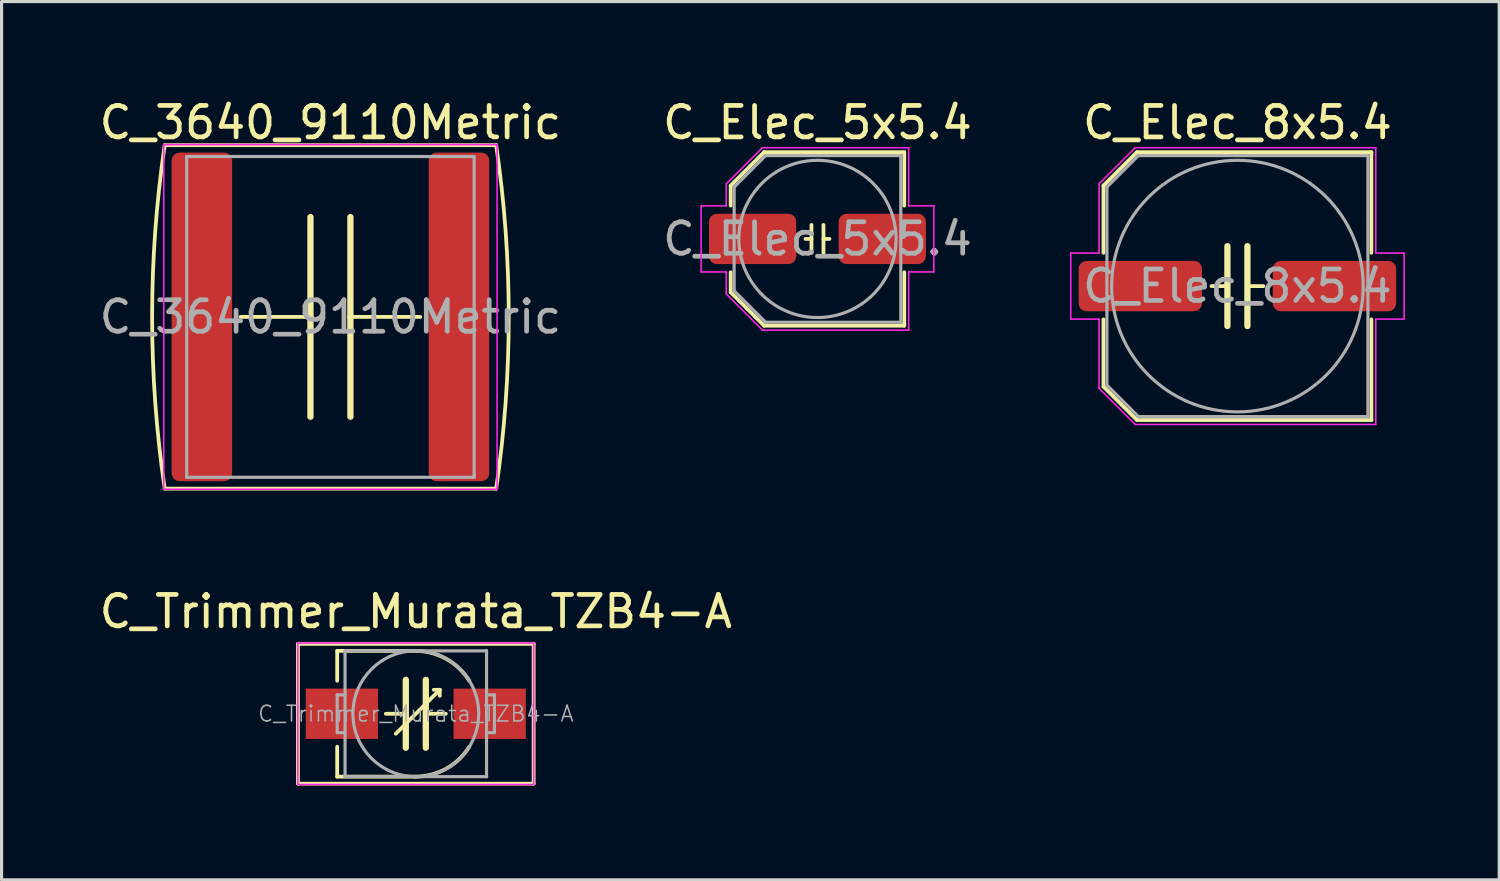
<source format=kicad_pcb>
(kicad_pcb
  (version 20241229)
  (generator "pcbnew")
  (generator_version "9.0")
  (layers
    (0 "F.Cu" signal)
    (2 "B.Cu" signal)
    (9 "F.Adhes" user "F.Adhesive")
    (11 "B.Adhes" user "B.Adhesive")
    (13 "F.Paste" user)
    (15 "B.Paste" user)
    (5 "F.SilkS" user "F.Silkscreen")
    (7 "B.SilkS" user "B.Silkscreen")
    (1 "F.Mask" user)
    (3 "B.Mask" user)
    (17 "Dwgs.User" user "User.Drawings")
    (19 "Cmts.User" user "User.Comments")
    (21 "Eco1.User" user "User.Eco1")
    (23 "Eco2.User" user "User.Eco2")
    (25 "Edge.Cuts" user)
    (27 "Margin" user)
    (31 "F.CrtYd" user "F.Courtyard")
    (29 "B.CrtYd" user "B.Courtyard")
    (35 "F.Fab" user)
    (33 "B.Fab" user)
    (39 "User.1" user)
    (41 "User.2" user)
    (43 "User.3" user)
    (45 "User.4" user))
  (footprint "C_Trimmer_Murata_TZB4-A"
    (layer "F.Cu")
    (at 10.173 19.648)
    (property "Reference" "C_Trimmer_Murata_TZB4-A" (at 0 -3.25 0) (layer "F.SilkS") (effects (font (size 1 1) (thickness 0.15))))
    (attr smd)
    (fp_line (start -3.747 -2.223) (end -3.747 2.223) (stroke (width 0.12) (type solid)) (layer "F.SilkS"))
    (fp_line (start -3.747 2.223) (end 3.747 2.223) (stroke (width 0.12) (type solid)) (layer "F.SilkS"))
    (fp_line (start -2.5 -2) (end -2.5 -1.05) (stroke (width 0.12) (type solid)) (layer "F.SilkS"))
    (fp_line (start -2.5 2) (end -2.5 1.05) (stroke (width 0.12) (type solid)) (layer "F.SilkS"))
    (fp_line (start -0.635 0.635) (end 0.762 -0.762) (stroke (width 0.12) (type solid)) (layer "F.SilkS"))
    (fp_line (start -0.318 -1.079) (end -0.318 1.079) (stroke (width 0.2) (type solid)) (layer "F.SilkS"))
    (fp_line (start -0.318 0) (end -0.953 0) (stroke (width 0.12) (type solid)) (layer "F.SilkS"))
    (fp_line (start 0 -2) (end -2.5 -2) (stroke (width 0.12) (type solid)) (layer "F.SilkS"))
    (fp_line (start 0 2) (end -2.5 2) (stroke (width 0.12) (type solid)) (layer "F.SilkS"))
    (fp_line (start 0.318 -1.079) (end 0.318 1.079) (stroke (width 0.2) (type solid)) (layer "F.SilkS"))
    (fp_line (start 0.762 -0.762) (end 0.572 -0.762) (stroke (width 0.12) (type solid)) (layer "F.SilkS"))
    (fp_line (start 0.762 -0.762) (end 0.762 -0.572) (stroke (width 0.12) (type solid)) (layer "F.SilkS"))
    (fp_line (start 0.953 0) (end 0.318 0) (stroke (width 0.12) (type solid)) (layer "F.SilkS"))
    (fp_line (start 3.747 -2.223) (end -3.747 -2.223) (stroke (width 0.12) (type solid)) (layer "F.SilkS"))
    (fp_line (start 3.747 2.223) (end 3.747 -2.223) (stroke (width 0.12) (type solid)) (layer "F.SilkS"))
    (fp_arc (start 0 -2) (mid 0.972143 -1.743571) (end 1.7 -1.05) (stroke (width 0.12) (type solid)) (layer "F.SilkS"))
    (fp_arc (start 1.7 1.05) (mid 0.972142 1.74357) (end 0 2) (stroke (width 0.12) (type solid)) (layer "F.SilkS"))
    (fp_line (start -3.75 -2.25) (end -3.75 2.25) (stroke (width 0.05) (type solid)) (layer "F.CrtYd"))
    (fp_line (start -3.75 2.25) (end 3.75 2.25) (stroke (width 0.05) (type solid)) (layer "F.CrtYd"))
    (fp_line (start 3.75 -2.25) (end -3.75 -2.25) (stroke (width 0.05) (type solid)) (layer "F.CrtYd"))
    (fp_line (start 3.75 2.25) (end 3.75 -2.25) (stroke (width 0.05) (type solid)) (layer "F.CrtYd"))
    (fp_line (start -2.5 -0.6) (end -2.5 0.6) (stroke (width 0.1) (type solid)) (layer "F.Fab"))
    (fp_line (start -2.5 0.6) (end -2.25 0.6) (stroke (width 0.1) (type solid)) (layer "F.Fab"))
    (fp_line (start -2.25 -2) (end -2.24 -2) (stroke (width 0.1) (type solid)) (layer "F.Fab"))
    (fp_line (start -2.25 -1.99) (end -2.25 -2) (stroke (width 0.1) (type solid)) (layer "F.Fab"))
    (fp_line (start -2.25 -0.6) (end -2.5 -0.6) (stroke (width 0.1) (type solid)) (layer "F.Fab"))
    (fp_line (start -2.25 1.99) (end -2.25 -1.99) (stroke (width 0.1) (type solid)) (layer "F.Fab"))
    (fp_line (start -2.25 2) (end -2.25 1.99) (stroke (width 0.1) (type solid)) (layer "F.Fab"))
    (fp_line (start -2.24 -2) (end 2.24 -2) (stroke (width 0.1) (type solid)) (layer "F.Fab"))
    (fp_line (start -2.24 2) (end -2.25 2) (stroke (width 0.1) (type solid)) (layer "F.Fab"))
    (fp_line (start 2.24 -2) (end 2.25 -2) (stroke (width 0.1) (type solid)) (layer "F.Fab"))
    (fp_line (start 2.24 2) (end -2.24 2) (stroke (width 0.1) (type solid)) (layer "F.Fab"))
    (fp_line (start 2.25 -2) (end 2.25 -1.99) (stroke (width 0.1) (type solid)) (layer "F.Fab"))
    (fp_line (start 2.25 -1.99) (end 2.25 1.99) (stroke (width 0.1) (type solid)) (layer "F.Fab"))
    (fp_line (start 2.25 -0.6) (end 2.5 -0.6) (stroke (width 0.1) (type solid)) (layer "F.Fab"))
    (fp_line (start 2.25 1.99) (end 2.25 2) (stroke (width 0.1) (type solid)) (layer "F.Fab"))
    (fp_line (start 2.25 2) (end 2.24 2) (stroke (width 0.1) (type solid)) (layer "F.Fab"))
    (fp_line (start 2.5 -0.6) (end 2.5 0.6) (stroke (width 0.1) (type solid)) (layer "F.Fab"))
    (fp_line (start 2.5 0.6) (end 2.25 0.6) (stroke (width 0.1) (type solid)) (layer "F.Fab"))
    (fp_circle (center 0 0) (end 2 0) (stroke (width 0.1) (type solid)) (fill no) (layer "F.Fab"))
    (fp_text user "${REFERENCE}" (at 0 0 0) (layer "F.Fab") (effects (font (size 0.5 0.5) (thickness 0.05))))
    (pad "1" smd rect (at -2.35 0) (size 2.3 1.6) (layers "F.Cu" "F.Mask" "F.Paste"))
    (pad "2" smd rect (at 2.35 0) (size 2.3 1.6) (layers "F.Cu" "F.Mask" "F.Paste")))
  (footprint "C_Elec_8x5.4"
    (layer "F.Cu")
    (at 36.301 6.048)
    (property "Reference" "C_Elec_8x5.4" (at 0 -5.2 0) (layer "F.SilkS") (effects (font (size 1 1) (thickness 0.15))))
    (attr smd)
    (fp_line (start -4.26 -3.196) (end -4.26 -1.06) (stroke (width 0.12) (type solid)) (layer "F.SilkS"))
    (fp_line (start -4.26 -3.196) (end -3.196 -4.26) (stroke (width 0.12) (type solid)) (layer "F.SilkS"))
    (fp_line (start -4.26 3.196) (end -4.26 1.06) (stroke (width 0.12) (type solid)) (layer "F.SilkS"))
    (fp_line (start -4.26 3.196) (end -3.196 4.26) (stroke (width 0.12) (type solid)) (layer "F.SilkS"))
    (fp_line (start -3.196 -4.26) (end 4.26 -4.26) (stroke (width 0.12) (type solid)) (layer "F.SilkS"))
    (fp_line (start -3.196 4.26) (end 4.26 4.26) (stroke (width 0.12) (type solid)) (layer "F.SilkS"))
    (fp_line (start -0.318 -1.27) (end -0.318 1.27) (stroke (width 0.2) (type solid)) (layer "F.SilkS"))
    (fp_line (start -0.318 0) (end -0.826 0) (stroke (width 0.12) (type solid)) (layer "F.SilkS"))
    (fp_line (start 0.318 -1.27) (end 0.318 1.27) (stroke (width 0.2) (type solid)) (layer "F.SilkS"))
    (fp_line (start 0.318 0) (end 0.826 0) (stroke (width 0.12) (type solid)) (layer "F.SilkS"))
    (fp_line (start 4.26 -4.26) (end 4.26 -1.06) (stroke (width 0.12) (type solid)) (layer "F.SilkS"))
    (fp_line (start 4.26 4.26) (end 4.26 1.06) (stroke (width 0.12) (type solid)) (layer "F.SilkS"))
    (fp_line (start -5.3 -1.05) (end -5.3 1.05) (stroke (width 0.05) (type solid)) (layer "F.CrtYd"))
    (fp_line (start -5.3 1.05) (end -4.4 1.05) (stroke (width 0.05) (type solid)) (layer "F.CrtYd"))
    (fp_line (start -4.4 -3.25) (end -4.4 -1.05) (stroke (width 0.05) (type solid)) (layer "F.CrtYd"))
    (fp_line (start -4.4 -3.25) (end -3.25 -4.4) (stroke (width 0.05) (type solid)) (layer "F.CrtYd"))
    (fp_line (start -4.4 -1.05) (end -5.3 -1.05) (stroke (width 0.05) (type solid)) (layer "F.CrtYd"))
    (fp_line (start -4.4 1.05) (end -4.4 3.25) (stroke (width 0.05) (type solid)) (layer "F.CrtYd"))
    (fp_line (start -4.4 3.25) (end -3.25 4.4) (stroke (width 0.05) (type solid)) (layer "F.CrtYd"))
    (fp_line (start -3.25 -4.4) (end 4.4 -4.4) (stroke (width 0.05) (type solid)) (layer "F.CrtYd"))
    (fp_line (start -3.25 4.4) (end 4.4 4.4) (stroke (width 0.05) (type solid)) (layer "F.CrtYd"))
    (fp_line (start 4.4 -4.4) (end 4.4 -1.05) (stroke (width 0.05) (type solid)) (layer "F.CrtYd"))
    (fp_line (start 4.4 -1.05) (end 5.3 -1.05) (stroke (width 0.05) (type solid)) (layer "F.CrtYd"))
    (fp_line (start 4.4 1.05) (end 4.4 4.4) (stroke (width 0.05) (type solid)) (layer "F.CrtYd"))
    (fp_line (start 5.3 -1.05) (end 5.3 1.05) (stroke (width 0.05) (type solid)) (layer "F.CrtYd"))
    (fp_line (start 5.3 1.05) (end 4.4 1.05) (stroke (width 0.05) (type solid)) (layer "F.CrtYd"))
    (fp_line (start -4.15 -3.15) (end -4.15 3.15) (stroke (width 0.1) (type solid)) (layer "F.Fab"))
    (fp_line (start -4.15 -3.15) (end -3.15 -4.15) (stroke (width 0.1) (type solid)) (layer "F.Fab"))
    (fp_line (start -4.15 3.15) (end -3.15 4.15) (stroke (width 0.1) (type solid)) (layer "F.Fab"))
    (fp_line (start -3.15 -4.15) (end 4.15 -4.15) (stroke (width 0.1) (type solid)) (layer "F.Fab"))
    (fp_line (start -3.15 4.15) (end 4.15 4.15) (stroke (width 0.1) (type solid)) (layer "F.Fab"))
    (fp_line (start 4.15 -4.15) (end 4.15 4.15) (stroke (width 0.1) (type solid)) (layer "F.Fab"))
    (fp_circle (center 0 0) (end 4 0) (stroke (width 0.1) (type solid)) (fill no) (layer "F.Fab"))
    (fp_text user "${REFERENCE}" (at 0 0 0) (layer "F.Fab") (effects (font (size 1 1) (thickness 0.15))))
    (pad "1" smd roundrect (at -3.087 0) (size 3.925 1.6) (layers "F.Cu" "F.Mask" "F.Paste") (roundrect_rratio 0.156))
    (pad "2" smd roundrect (at 3.087 0) (size 3.925 1.6) (layers "F.Cu" "F.Mask" "F.Paste") (roundrect_rratio 0.156)))
  (footprint "C_Elec_5x5.4"
    (layer "F.Cu")
    (at 22.946 4.548)
    (property "Reference" "C_Elec_5x5.4" (at 0 -3.7 0) (layer "F.SilkS") (effects (font (size 1 1) (thickness 0.15))))
    (attr smd)
    (fp_line (start -2.76 -1.696) (end -2.76 -1.06) (stroke (width 0.12) (type solid)) (layer "F.SilkS"))
    (fp_line (start -2.76 -1.696) (end -1.696 -2.76) (stroke (width 0.12) (type solid)) (layer "F.SilkS"))
    (fp_line (start -2.76 1.696) (end -2.76 1.06) (stroke (width 0.12) (type solid)) (layer "F.SilkS"))
    (fp_line (start -2.76 1.696) (end -1.696 2.76) (stroke (width 0.12) (type solid)) (layer "F.SilkS"))
    (fp_line (start -1.696 -2.76) (end 2.76 -2.76) (stroke (width 0.12) (type solid)) (layer "F.SilkS"))
    (fp_line (start -1.696 2.76) (end 2.76 2.76) (stroke (width 0.12) (type solid)) (layer "F.SilkS"))
    (fp_line (start -0.191 -0.445) (end -0.191 0.445) (stroke (width 0.12) (type solid)) (layer "F.SilkS"))
    (fp_line (start -0.191 0) (end -0.381 0) (stroke (width 0.12) (type solid)) (layer "F.SilkS"))
    (fp_line (start 0.191 -0.445) (end 0.191 0.445) (stroke (width 0.12) (type solid)) (layer "F.SilkS"))
    (fp_line (start 0.191 0) (end 0.381 0) (stroke (width 0.12) (type solid)) (layer "F.SilkS"))
    (fp_line (start 2.76 -2.76) (end 2.76 -1.06) (stroke (width 0.12) (type solid)) (layer "F.SilkS"))
    (fp_line (start 2.76 2.76) (end 2.76 1.06) (stroke (width 0.12) (type solid)) (layer "F.SilkS"))
    (fp_line (start -3.7 -1.05) (end -3.7 1.05) (stroke (width 0.05) (type solid)) (layer "F.CrtYd"))
    (fp_line (start -3.7 1.05) (end -2.9 1.05) (stroke (width 0.05) (type solid)) (layer "F.CrtYd"))
    (fp_line (start -2.9 -1.75) (end -2.9 -1.05) (stroke (width 0.05) (type solid)) (layer "F.CrtYd"))
    (fp_line (start -2.9 -1.75) (end -1.75 -2.9) (stroke (width 0.05) (type solid)) (layer "F.CrtYd"))
    (fp_line (start -2.9 -1.05) (end -3.7 -1.05) (stroke (width 0.05) (type solid)) (layer "F.CrtYd"))
    (fp_line (start -2.9 1.05) (end -2.9 1.75) (stroke (width 0.05) (type solid)) (layer "F.CrtYd"))
    (fp_line (start -2.9 1.75) (end -1.75 2.9) (stroke (width 0.05) (type solid)) (layer "F.CrtYd"))
    (fp_line (start -1.75 -2.9) (end 2.9 -2.9) (stroke (width 0.05) (type solid)) (layer "F.CrtYd"))
    (fp_line (start -1.75 2.9) (end 2.9 2.9) (stroke (width 0.05) (type solid)) (layer "F.CrtYd"))
    (fp_line (start 2.9 -2.9) (end 2.9 -1.05) (stroke (width 0.05) (type solid)) (layer "F.CrtYd"))
    (fp_line (start 2.9 -1.05) (end 3.7 -1.05) (stroke (width 0.05) (type solid)) (layer "F.CrtYd"))
    (fp_line (start 2.9 1.05) (end 2.9 2.9) (stroke (width 0.05) (type solid)) (layer "F.CrtYd"))
    (fp_line (start 3.7 -1.05) (end 3.7 1.05) (stroke (width 0.05) (type solid)) (layer "F.CrtYd"))
    (fp_line (start 3.7 1.05) (end 2.9 1.05) (stroke (width 0.05) (type solid)) (layer "F.CrtYd"))
    (fp_line (start -2.65 -1.65) (end -2.65 1.65) (stroke (width 0.1) (type solid)) (layer "F.Fab"))
    (fp_line (start -2.65 -1.65) (end -1.65 -2.65) (stroke (width 0.1) (type solid)) (layer "F.Fab"))
    (fp_line (start -2.65 1.65) (end -1.65 2.65) (stroke (width 0.1) (type solid)) (layer "F.Fab"))
    (fp_line (start -1.65 -2.65) (end 2.65 -2.65) (stroke (width 0.1) (type solid)) (layer "F.Fab"))
    (fp_line (start -1.65 2.65) (end 2.65 2.65) (stroke (width 0.1) (type solid)) (layer "F.Fab"))
    (fp_line (start 2.65 -2.65) (end 2.65 2.65) (stroke (width 0.1) (type solid)) (layer "F.Fab"))
    (fp_circle (center 0 0) (end 2.5 0) (stroke (width 0.1) (type solid)) (fill no) (layer "F.Fab"))
    (fp_text user "${REFERENCE}" (at 0 0 0) (layer "F.Fab") (effects (font (size 1 1) (thickness 0.15))))
    (pad "1" smd roundrect (at -2.062 0) (size 2.775 1.6) (layers "F.Cu" "F.Mask" "F.Paste") (roundrect_rratio 0.156))
    (pad "2" smd roundrect (at 2.062 0) (size 2.775 1.6) (layers "F.Cu" "F.Mask" "F.Paste") (roundrect_rratio 0.156)))
  (footprint "C_3640_9110Metric"
    (layer "F.Cu")
    (at 7.458 7.028)
    (property "Reference" "C_3640_9110Metric" (at 0 -6.18 0) (layer "F.SilkS") (effects (font (size 1 1) (thickness 0.15))))
    (attr smd)
    (fp_line (start -5.271 5.461) (end 5.271 5.461) (stroke (width 0.12) (type solid)) (layer "F.SilkS"))
    (fp_line (start -0.635 -3.175) (end -0.635 0) (stroke (width 0.2) (type solid)) (layer "F.SilkS"))
    (fp_line (start -0.635 0) (end -2.857 0) (stroke (width 0.12) (type solid)) (layer "F.SilkS"))
    (fp_line (start -0.635 3.175) (end -0.635 0) (stroke (width 0.2) (type solid)) (layer "F.SilkS"))
    (fp_line (start 0.635 -3.175) (end 0.635 0) (stroke (width 0.2) (type solid)) (layer "F.SilkS"))
    (fp_line (start 0.635 0) (end 2.857 0) (stroke (width 0.12) (type solid)) (layer "F.SilkS"))
    (fp_line (start 0.635 3.175) (end 0.635 0) (stroke (width 0.2) (type solid)) (layer "F.SilkS"))
    (fp_line (start 5.271 -5.461) (end -5.271 -5.461) (stroke (width 0.12) (type solid)) (layer "F.SilkS"))
    (fp_arc (start -5.2705 5.461) (mid -5.670438 0) (end -5.2705 -5.461) (stroke (width 0.12) (type solid)) (layer "F.SilkS"))
    (fp_arc (start 5.2705 -5.461) (mid 5.670438 0) (end 5.2705 5.461) (stroke (width 0.12) (type solid)) (layer "F.SilkS"))
    (fp_line (start -5.3 -5.48) (end 5.3 -5.48) (stroke (width 0.05) (type solid)) (layer "F.CrtYd"))
    (fp_line (start -5.3 5.48) (end -5.3 -5.48) (stroke (width 0.05) (type solid)) (layer "F.CrtYd"))
    (fp_line (start 5.3 -5.48) (end 5.3 5.48) (stroke (width 0.05) (type solid)) (layer "F.CrtYd"))
    (fp_line (start 5.3 5.48) (end -5.3 5.48) (stroke (width 0.05) (type solid)) (layer "F.CrtYd"))
    (fp_line (start -4.57 -5.1) (end 4.57 -5.1) (stroke (width 0.1) (type solid)) (layer "F.Fab"))
    (fp_line (start -4.57 5.1) (end -4.57 -5.1) (stroke (width 0.1) (type solid)) (layer "F.Fab"))
    (fp_line (start 4.57 -5.1) (end 4.57 5.1) (stroke (width 0.1) (type solid)) (layer "F.Fab"))
    (fp_line (start 4.57 5.1) (end -4.57 5.1) (stroke (width 0.1) (type solid)) (layer "F.Fab"))
    (fp_text user "${REFERENCE}" (at 0 0 0) (layer "F.Fab") (effects (font (size 1 1) (thickness 0.15))))
    (pad "1" smd roundrect (at -4.088 0) (size 1.925 10.45) (layers "F.Cu" "F.Mask" "F.Paste") (roundrect_rratio 0.13))
    (pad "2" smd roundrect (at 4.088 0) (size 1.925 10.45) (layers "F.Cu" "F.Mask" "F.Paste") (roundrect_rratio 0.13)))
  (gr_rect
    (start -3 -3)
    (end 44.626 24.93)
    (stroke (width 0.1) (type default))
    (fill no)
    (layer "Edge.Cuts")))
</source>
